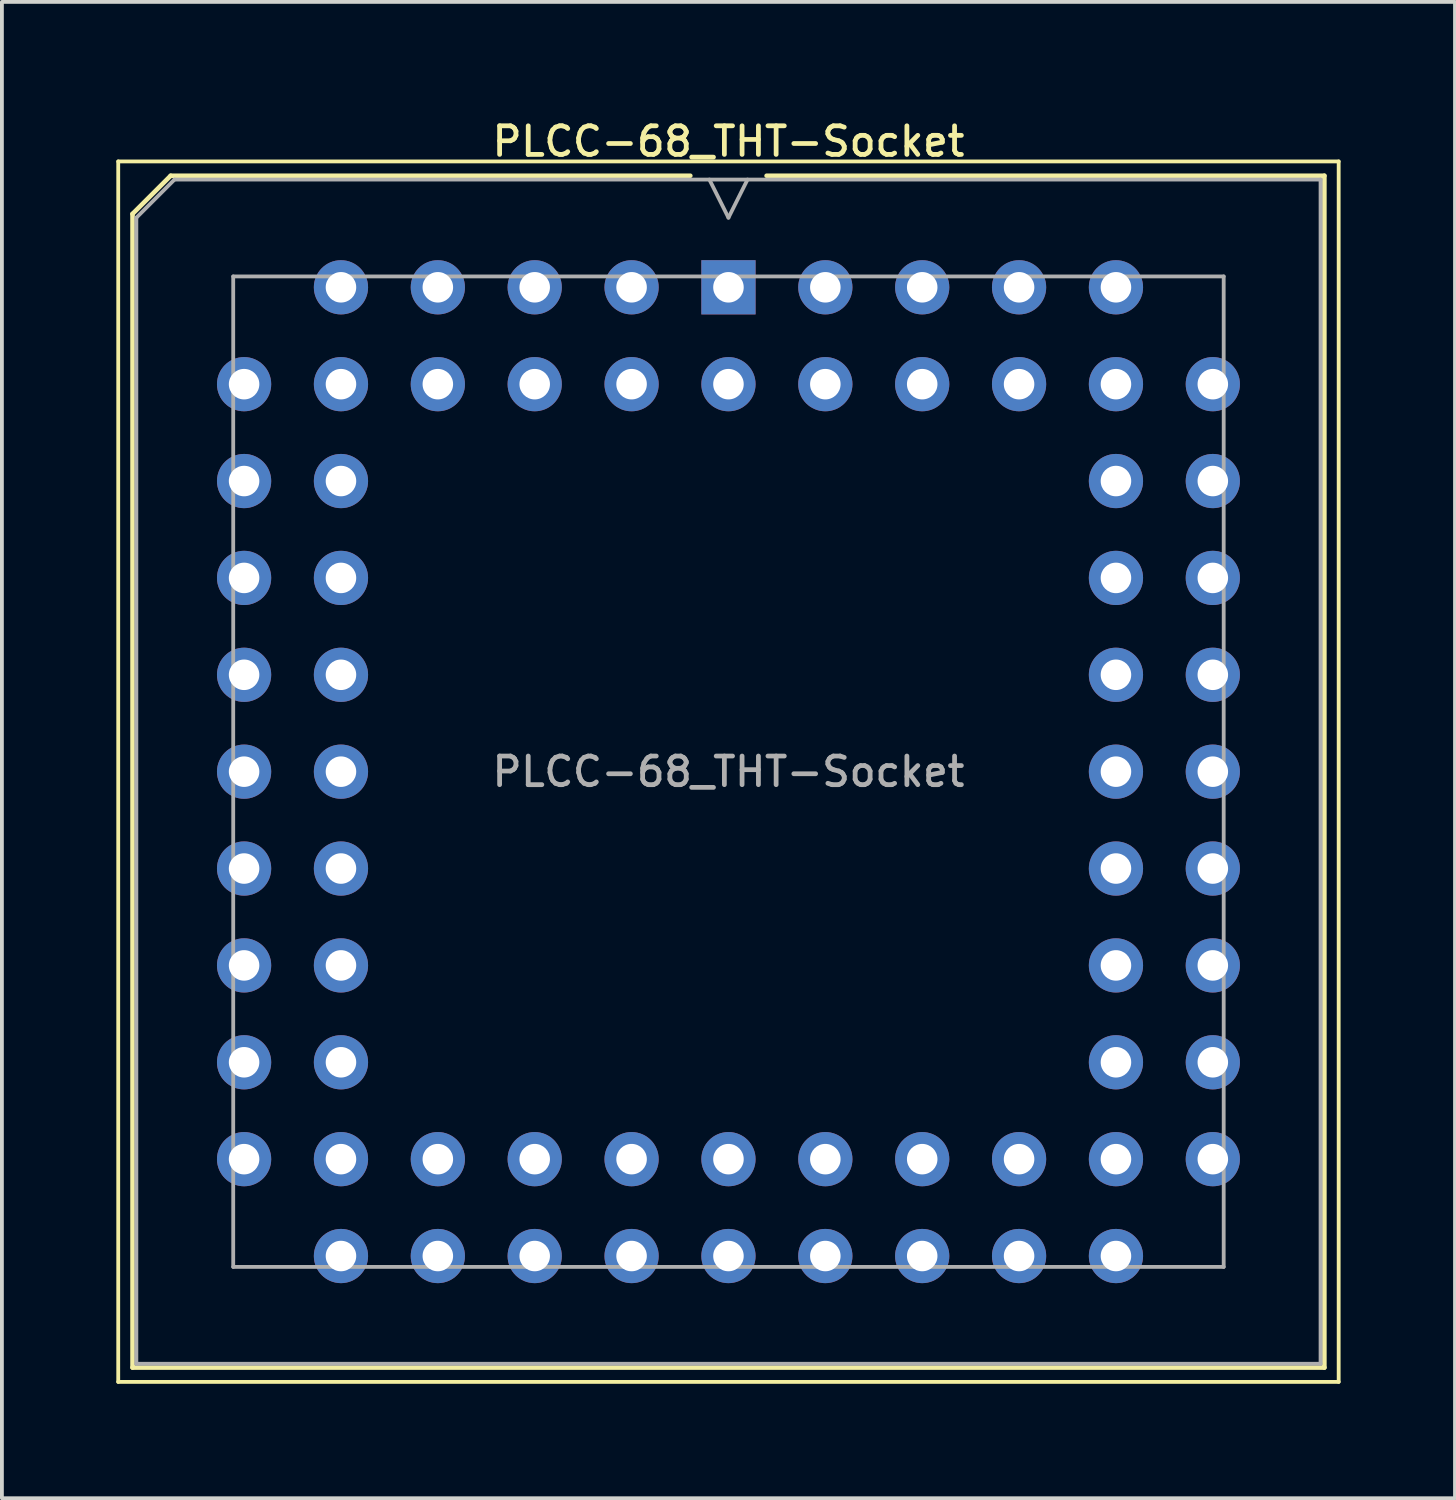
<source format=kicad_pcb>
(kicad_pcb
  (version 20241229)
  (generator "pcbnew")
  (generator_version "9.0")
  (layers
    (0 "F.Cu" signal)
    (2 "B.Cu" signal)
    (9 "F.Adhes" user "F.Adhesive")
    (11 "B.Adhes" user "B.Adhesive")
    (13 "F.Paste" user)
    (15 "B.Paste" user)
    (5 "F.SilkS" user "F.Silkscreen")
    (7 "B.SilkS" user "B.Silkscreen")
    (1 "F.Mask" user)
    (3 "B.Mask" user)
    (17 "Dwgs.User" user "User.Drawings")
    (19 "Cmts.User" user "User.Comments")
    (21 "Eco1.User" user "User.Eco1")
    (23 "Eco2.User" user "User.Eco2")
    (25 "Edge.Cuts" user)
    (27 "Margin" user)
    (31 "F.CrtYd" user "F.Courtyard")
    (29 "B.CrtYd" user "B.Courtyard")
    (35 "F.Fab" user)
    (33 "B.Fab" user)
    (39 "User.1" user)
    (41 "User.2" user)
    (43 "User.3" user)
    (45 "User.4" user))
  (footprint "PLCC-68_THT-Socket"
    (layer "F.Cu")
    (at 16.05 4.483)
    (property "Reference" "PLCC-68_THT-Socket" (at 0 -3.825 0) (layer "F.SilkS") (effects (font (size 0.75 0.75) (thickness 0.125))))
    (attr through_hole)
    (fp_line (start -16 -3.3) (end -16 28.7) (stroke (width 0.1) (type solid)) (layer "F.SilkS"))
    (fp_line (start -16 28.7) (end 16 28.7) (stroke (width 0.1) (type solid)) (layer "F.SilkS"))
    (fp_line (start -15.625 -1.925) (end -15.625 28.325) (stroke (width 0.12) (type solid)) (layer "F.SilkS"))
    (fp_line (start -15.625 28.325) (end 15.625 28.325) (stroke (width 0.12) (type solid)) (layer "F.SilkS"))
    (fp_line (start -14.625 -2.925) (end -15.625 -1.925) (stroke (width 0.12) (type solid)) (layer "F.SilkS"))
    (fp_line (start -1 -2.925) (end -14.625 -2.925) (stroke (width 0.12) (type solid)) (layer "F.SilkS"))
    (fp_line (start 15.625 -2.925) (end 1 -2.925) (stroke (width 0.12) (type solid)) (layer "F.SilkS"))
    (fp_line (start 15.625 28.325) (end 15.625 -2.925) (stroke (width 0.12) (type solid)) (layer "F.SilkS"))
    (fp_line (start 16 -3.3) (end -16 -3.3) (stroke (width 0.1) (type solid)) (layer "F.SilkS"))
    (fp_line (start 16 28.7) (end 16 -3.3) (stroke (width 0.1) (type solid)) (layer "F.SilkS"))
    (fp_line (start -15.525 -1.825) (end -15.525 28.225) (stroke (width 0.1) (type solid)) (layer "F.Fab"))
    (fp_line (start -15.525 28.225) (end 15.525 28.225) (stroke (width 0.1) (type solid)) (layer "F.Fab"))
    (fp_line (start -14.525 -2.825) (end -15.525 -1.825) (stroke (width 0.1) (type solid)) (layer "F.Fab"))
    (fp_line (start -12.985 -0.285) (end -12.985 25.685) (stroke (width 0.1) (type solid)) (layer "F.Fab"))
    (fp_line (start -12.985 25.685) (end 12.985 25.685) (stroke (width 0.1) (type solid)) (layer "F.Fab"))
    (fp_line (start -0.5 -2.825) (end 0 -1.825) (stroke (width 0.1) (type solid)) (layer "F.Fab"))
    (fp_line (start 0 -1.825) (end 0.5 -2.825) (stroke (width 0.1) (type solid)) (layer "F.Fab"))
    (fp_line (start 12.985 -0.285) (end -12.985 -0.285) (stroke (width 0.1) (type solid)) (layer "F.Fab"))
    (fp_line (start 12.985 25.685) (end 12.985 -0.285) (stroke (width 0.1) (type solid)) (layer "F.Fab"))
    (fp_line (start 15.525 -2.825) (end -14.525 -2.825) (stroke (width 0.1) (type solid)) (layer "F.Fab"))
    (fp_line (start 15.525 28.225) (end 15.525 -2.825) (stroke (width 0.1) (type solid)) (layer "F.Fab"))
    (fp_text user "${REFERENCE}" (at 0 12.7 0) (layer "F.Fab") (effects (font (size 0.75 0.75) (thickness 0.125))))
    (pad "1" thru_hole rect (at 0 0) (size 1.422 1.422) (drill 0.8) (layers "*.Cu" "*.Mask"))
    (pad "2" thru_hole circle (at 0 2.54) (size 1.422 1.422) (drill 0.8) (layers "*.Cu" "*.Mask"))
    (pad "3" thru_hole circle (at -2.54 0) (size 1.422 1.422) (drill 0.8) (layers "*.Cu" "*.Mask"))
    (pad "4" thru_hole circle (at -2.54 2.54) (size 1.422 1.422) (drill 0.8) (layers "*.Cu" "*.Mask"))
    (pad "5" thru_hole circle (at -5.08 0) (size 1.422 1.422) (drill 0.8) (layers "*.Cu" "*.Mask"))
    (pad "6" thru_hole circle (at -5.08 2.54) (size 1.422 1.422) (drill 0.8) (layers "*.Cu" "*.Mask"))
    (pad "7" thru_hole circle (at -7.62 0) (size 1.422 1.422) (drill 0.8) (layers "*.Cu" "*.Mask"))
    (pad "8" thru_hole circle (at -7.62 2.54) (size 1.422 1.422) (drill 0.8) (layers "*.Cu" "*.Mask"))
    (pad "9" thru_hole circle (at -10.16 0) (size 1.422 1.422) (drill 0.8) (layers "*.Cu" "*.Mask"))
    (pad "10" thru_hole circle (at -12.7 2.54) (size 1.422 1.422) (drill 0.8) (layers "*.Cu" "*.Mask"))
    (pad "11" thru_hole circle (at -10.16 2.54) (size 1.422 1.422) (drill 0.8) (layers "*.Cu" "*.Mask"))
    (pad "12" thru_hole circle (at -12.7 5.08) (size 1.422 1.422) (drill 0.8) (layers "*.Cu" "*.Mask"))
    (pad "13" thru_hole circle (at -10.16 5.08) (size 1.422 1.422) (drill 0.8) (layers "*.Cu" "*.Mask"))
    (pad "14" thru_hole circle (at -12.7 7.62) (size 1.422 1.422) (drill 0.8) (layers "*.Cu" "*.Mask"))
    (pad "15" thru_hole circle (at -10.16 7.62) (size 1.422 1.422) (drill 0.8) (layers "*.Cu" "*.Mask"))
    (pad "16" thru_hole circle (at -12.7 10.16) (size 1.422 1.422) (drill 0.8) (layers "*.Cu" "*.Mask"))
    (pad "17" thru_hole circle (at -10.16 10.16) (size 1.422 1.422) (drill 0.8) (layers "*.Cu" "*.Mask"))
    (pad "18" thru_hole circle (at -12.7 12.7) (size 1.422 1.422) (drill 0.8) (layers "*.Cu" "*.Mask"))
    (pad "19" thru_hole circle (at -10.16 12.7) (size 1.422 1.422) (drill 0.8) (layers "*.Cu" "*.Mask"))
    (pad "20" thru_hole circle (at -12.7 15.24) (size 1.422 1.422) (drill 0.8) (layers "*.Cu" "*.Mask"))
    (pad "21" thru_hole circle (at -10.16 15.24) (size 1.422 1.422) (drill 0.8) (layers "*.Cu" "*.Mask"))
    (pad "22" thru_hole circle (at -12.7 17.78) (size 1.422 1.422) (drill 0.8) (layers "*.Cu" "*.Mask"))
    (pad "23" thru_hole circle (at -10.16 17.78) (size 1.422 1.422) (drill 0.8) (layers "*.Cu" "*.Mask"))
    (pad "24" thru_hole circle (at -12.7 20.32) (size 1.422 1.422) (drill 0.8) (layers "*.Cu" "*.Mask"))
    (pad "25" thru_hole circle (at -10.16 20.32) (size 1.422 1.422) (drill 0.8) (layers "*.Cu" "*.Mask"))
    (pad "26" thru_hole circle (at -12.7 22.86) (size 1.422 1.422) (drill 0.8) (layers "*.Cu" "*.Mask"))
    (pad "27" thru_hole circle (at -10.16 25.4) (size 1.422 1.422) (drill 0.8) (layers "*.Cu" "*.Mask"))
    (pad "28" thru_hole circle (at -10.16 22.86) (size 1.422 1.422) (drill 0.8) (layers "*.Cu" "*.Mask"))
    (pad "29" thru_hole circle (at -7.62 25.4) (size 1.422 1.422) (drill 0.8) (layers "*.Cu" "*.Mask"))
    (pad "30" thru_hole circle (at -7.62 22.86) (size 1.422 1.422) (drill 0.8) (layers "*.Cu" "*.Mask"))
    (pad "31" thru_hole circle (at -5.08 25.4) (size 1.422 1.422) (drill 0.8) (layers "*.Cu" "*.Mask"))
    (pad "32" thru_hole circle (at -5.08 22.86) (size 1.422 1.422) (drill 0.8) (layers "*.Cu" "*.Mask"))
    (pad "33" thru_hole circle (at -2.54 25.4) (size 1.422 1.422) (drill 0.8) (layers "*.Cu" "*.Mask"))
    (pad "34" thru_hole circle (at -2.54 22.86) (size 1.422 1.422) (drill 0.8) (layers "*.Cu" "*.Mask"))
    (pad "35" thru_hole circle (at 0 25.4) (size 1.422 1.422) (drill 0.8) (layers "*.Cu" "*.Mask"))
    (pad "36" thru_hole circle (at 0 22.86) (size 1.422 1.422) (drill 0.8) (layers "*.Cu" "*.Mask"))
    (pad "37" thru_hole circle (at 2.54 25.4) (size 1.422 1.422) (drill 0.8) (layers "*.Cu" "*.Mask"))
    (pad "38" thru_hole circle (at 2.54 22.86) (size 1.422 1.422) (drill 0.8) (layers "*.Cu" "*.Mask"))
    (pad "39" thru_hole circle (at 5.08 25.4) (size 1.422 1.422) (drill 0.8) (layers "*.Cu" "*.Mask"))
    (pad "40" thru_hole circle (at 5.08 22.86) (size 1.422 1.422) (drill 0.8) (layers "*.Cu" "*.Mask"))
    (pad "41" thru_hole circle (at 7.62 25.4) (size 1.422 1.422) (drill 0.8) (layers "*.Cu" "*.Mask"))
    (pad "42" thru_hole circle (at 7.62 22.86) (size 1.422 1.422) (drill 0.8) (layers "*.Cu" "*.Mask"))
    (pad "43" thru_hole circle (at 10.16 25.4) (size 1.422 1.422) (drill 0.8) (layers "*.Cu" "*.Mask"))
    (pad "44" thru_hole circle (at 12.7 22.86) (size 1.422 1.422) (drill 0.8) (layers "*.Cu" "*.Mask"))
    (pad "45" thru_hole circle (at 10.16 22.86) (size 1.422 1.422) (drill 0.8) (layers "*.Cu" "*.Mask"))
    (pad "46" thru_hole circle (at 12.7 20.32) (size 1.422 1.422) (drill 0.8) (layers "*.Cu" "*.Mask"))
    (pad "47" thru_hole circle (at 10.16 20.32) (size 1.422 1.422) (drill 0.8) (layers "*.Cu" "*.Mask"))
    (pad "48" thru_hole circle (at 12.7 17.78) (size 1.422 1.422) (drill 0.8) (layers "*.Cu" "*.Mask"))
    (pad "49" thru_hole circle (at 10.16 17.78) (size 1.422 1.422) (drill 0.8) (layers "*.Cu" "*.Mask"))
    (pad "50" thru_hole circle (at 12.7 15.24) (size 1.422 1.422) (drill 0.8) (layers "*.Cu" "*.Mask"))
    (pad "51" thru_hole circle (at 10.16 15.24) (size 1.422 1.422) (drill 0.8) (layers "*.Cu" "*.Mask"))
    (pad "52" thru_hole circle (at 12.7 12.7) (size 1.422 1.422) (drill 0.8) (layers "*.Cu" "*.Mask"))
    (pad "53" thru_hole circle (at 10.16 12.7) (size 1.422 1.422) (drill 0.8) (layers "*.Cu" "*.Mask"))
    (pad "54" thru_hole circle (at 12.7 10.16) (size 1.422 1.422) (drill 0.8) (layers "*.Cu" "*.Mask"))
    (pad "55" thru_hole circle (at 10.16 10.16) (size 1.422 1.422) (drill 0.8) (layers "*.Cu" "*.Mask"))
    (pad "56" thru_hole circle (at 12.7 7.62) (size 1.422 1.422) (drill 0.8) (layers "*.Cu" "*.Mask"))
    (pad "57" thru_hole circle (at 10.16 7.62) (size 1.422 1.422) (drill 0.8) (layers "*.Cu" "*.Mask"))
    (pad "58" thru_hole circle (at 12.7 5.08) (size 1.422 1.422) (drill 0.8) (layers "*.Cu" "*.Mask"))
    (pad "59" thru_hole circle (at 10.16 5.08) (size 1.422 1.422) (drill 0.8) (layers "*.Cu" "*.Mask"))
    (pad "60" thru_hole circle (at 12.7 2.54) (size 1.422 1.422) (drill 0.8) (layers "*.Cu" "*.Mask"))
    (pad "61" thru_hole circle (at 10.16 0) (size 1.422 1.422) (drill 0.8) (layers "*.Cu" "*.Mask"))
    (pad "62" thru_hole circle (at 10.16 2.54) (size 1.422 1.422) (drill 0.8) (layers "*.Cu" "*.Mask"))
    (pad "63" thru_hole circle (at 7.62 0) (size 1.422 1.422) (drill 0.8) (layers "*.Cu" "*.Mask"))
    (pad "64" thru_hole circle (at 7.62 2.54) (size 1.422 1.422) (drill 0.8) (layers "*.Cu" "*.Mask"))
    (pad "65" thru_hole circle (at 5.08 0) (size 1.422 1.422) (drill 0.8) (layers "*.Cu" "*.Mask"))
    (pad "66" thru_hole circle (at 5.08 2.54) (size 1.422 1.422) (drill 0.8) (layers "*.Cu" "*.Mask"))
    (pad "67" thru_hole circle (at 2.54 0) (size 1.422 1.422) (drill 0.8) (layers "*.Cu" "*.Mask"))
    (pad "68" thru_hole circle (at 2.54 2.54) (size 1.422 1.422) (drill 0.8) (layers "*.Cu" "*.Mask")))
  (gr_rect
    (start -3 -3)
    (end 35.1 36.233)
    (stroke (width 0.1) (type default))
    (fill no)
    (layer "Edge.Cuts")))
</source>
